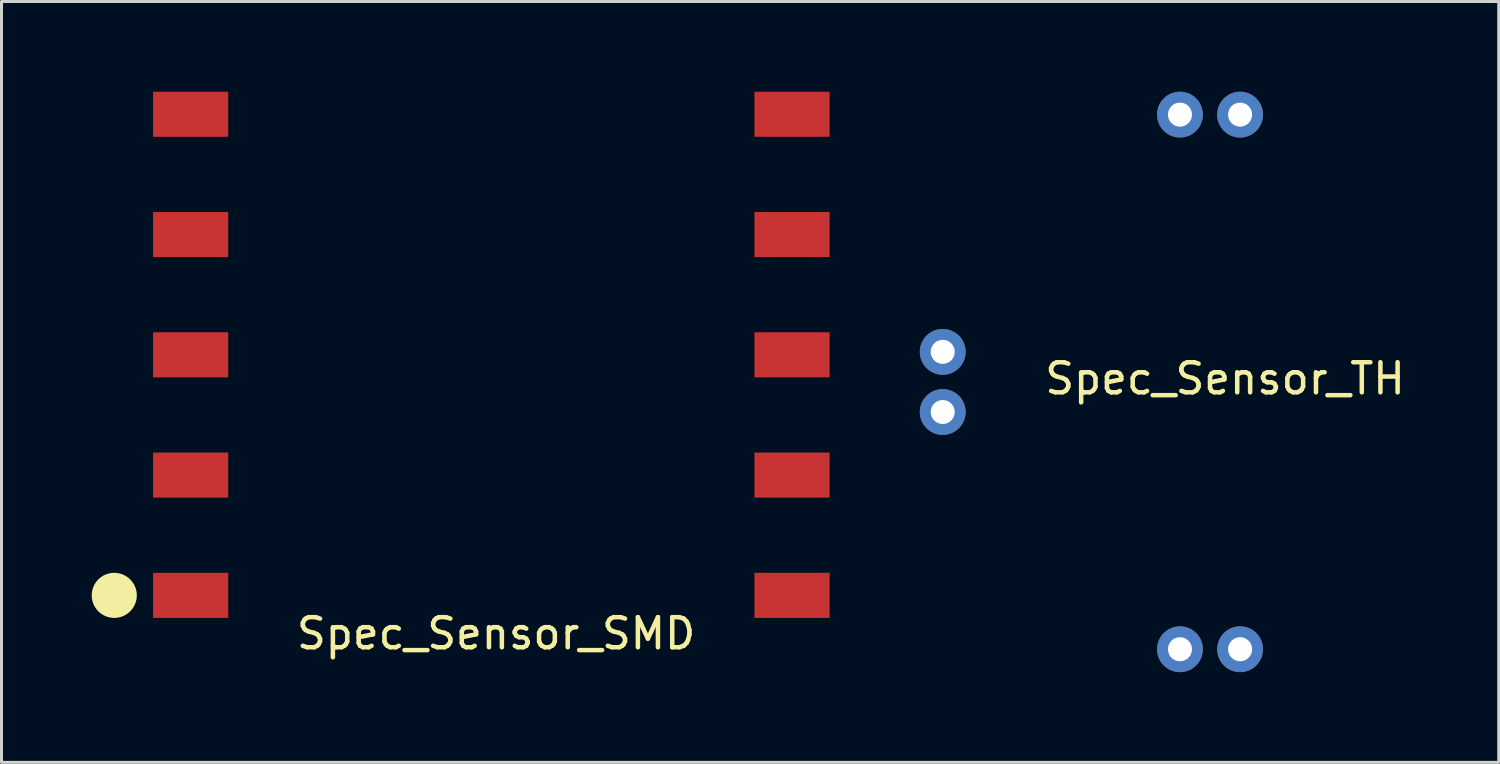
<source format=kicad_pcb>
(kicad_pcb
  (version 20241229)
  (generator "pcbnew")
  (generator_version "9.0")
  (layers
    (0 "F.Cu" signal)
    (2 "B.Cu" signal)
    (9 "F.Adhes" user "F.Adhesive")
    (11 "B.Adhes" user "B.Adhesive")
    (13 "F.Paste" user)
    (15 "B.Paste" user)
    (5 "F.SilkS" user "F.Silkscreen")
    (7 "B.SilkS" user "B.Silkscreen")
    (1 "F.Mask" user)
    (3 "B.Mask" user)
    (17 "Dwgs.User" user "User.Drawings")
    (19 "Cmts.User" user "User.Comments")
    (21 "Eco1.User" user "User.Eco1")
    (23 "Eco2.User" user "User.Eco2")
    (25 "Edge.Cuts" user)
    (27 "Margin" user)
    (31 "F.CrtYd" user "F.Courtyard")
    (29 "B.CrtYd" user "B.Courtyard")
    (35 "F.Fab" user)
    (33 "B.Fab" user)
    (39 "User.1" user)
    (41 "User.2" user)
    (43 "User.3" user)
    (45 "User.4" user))
  (footprint "Spec_Sensor_TH"
    (layer "F.Cu")
    (at 36.192 18.542)
    (property "Reference" "Spec_Sensor_TH" (at 1.5 -9 0) (layer "F.SilkS") (effects (font (size 1 1) (thickness 0.15))))
    (attr through_hole)
    (pad "1" thru_hole circle (at 0 0) (size 1.524 1.524) (drill 0.8) (layers "*.Cu" "*.Mask"))
    (pad "2" thru_hole circle (at -7.89 -7.89) (size 1.524 1.524) (drill 0.8) (layers "*.Cu" "*.Mask"))
    (pad "3" thru_hole circle (at -7.89 -9.89) (size 1.524 1.524) (drill 0.8) (layers "*.Cu" "*.Mask"))
    (pad "4" thru_hole circle (at 0 -17.78) (size 1.524 1.524) (drill 0.8) (layers "*.Cu" "*.Mask"))
    (pad "5" thru_hole circle (at 2 -17.78) (size 1.524 1.524) (drill 0.8) (layers "*.Cu" "*.Mask"))
    (pad "6" thru_hole circle (at 2 0) (size 1.524 1.524) (drill 0.8) (layers "*.Cu" "*.Mask")))
  (footprint "Spec_Sensor_SMD"
    (layer "F.Cu")
    (at 3.29 16.75)
    (property "Reference" "Spec_Sensor_SMD" (at 10.16 1.27 0) (layer "F.SilkS") (effects (font (size 1 1) (thickness 0.15))))
    (attr through_hole)
    (pad "" smd circle (at -2.54 0) (size 1.5 1.5) (layers "F.SilkS"))
    (pad "1" smd rect (at 0 0) (size 2.5 1.5) (layers "F.Cu" "F.Mask" "F.Paste"))
    (pad "2" smd rect (at 0 -4) (size 2.5 1.5) (layers "F.Cu" "F.Mask" "F.Paste"))
    (pad "3" smd rect (at 0 -8) (size 2.5 1.5) (layers "F.Cu" "F.Mask" "F.Paste"))
    (pad "4" smd rect (at 0 -12) (size 2.5 1.5) (layers "F.Cu" "F.Mask" "F.Paste"))
    (pad "5" smd rect (at 0 -16) (size 2.5 1.5) (layers "F.Cu" "F.Mask" "F.Paste"))
    (pad "6" smd rect (at 20 -16) (size 2.5 1.5) (layers "F.Cu" "F.Mask" "F.Paste"))
    (pad "7" smd rect (at 20 -12) (size 2.5 1.5) (layers "F.Cu" "F.Mask" "F.Paste"))
    (pad "8" smd rect (at 20 -8) (size 2.5 1.5) (layers "F.Cu" "F.Mask" "F.Paste"))
    (pad "9" smd rect (at 20 -4) (size 2.5 1.5) (layers "F.Cu" "F.Mask" "F.Paste"))
    (pad "10" smd rect (at 20 0) (size 2.5 1.5) (layers "F.Cu" "F.Mask" "F.Paste")))
  (gr_rect
    (start -3 -3)
    (end 46.793 22.304)
    (stroke (width 0.1) (type default))
    (fill no)
    (layer "Edge.Cuts")))
</source>
